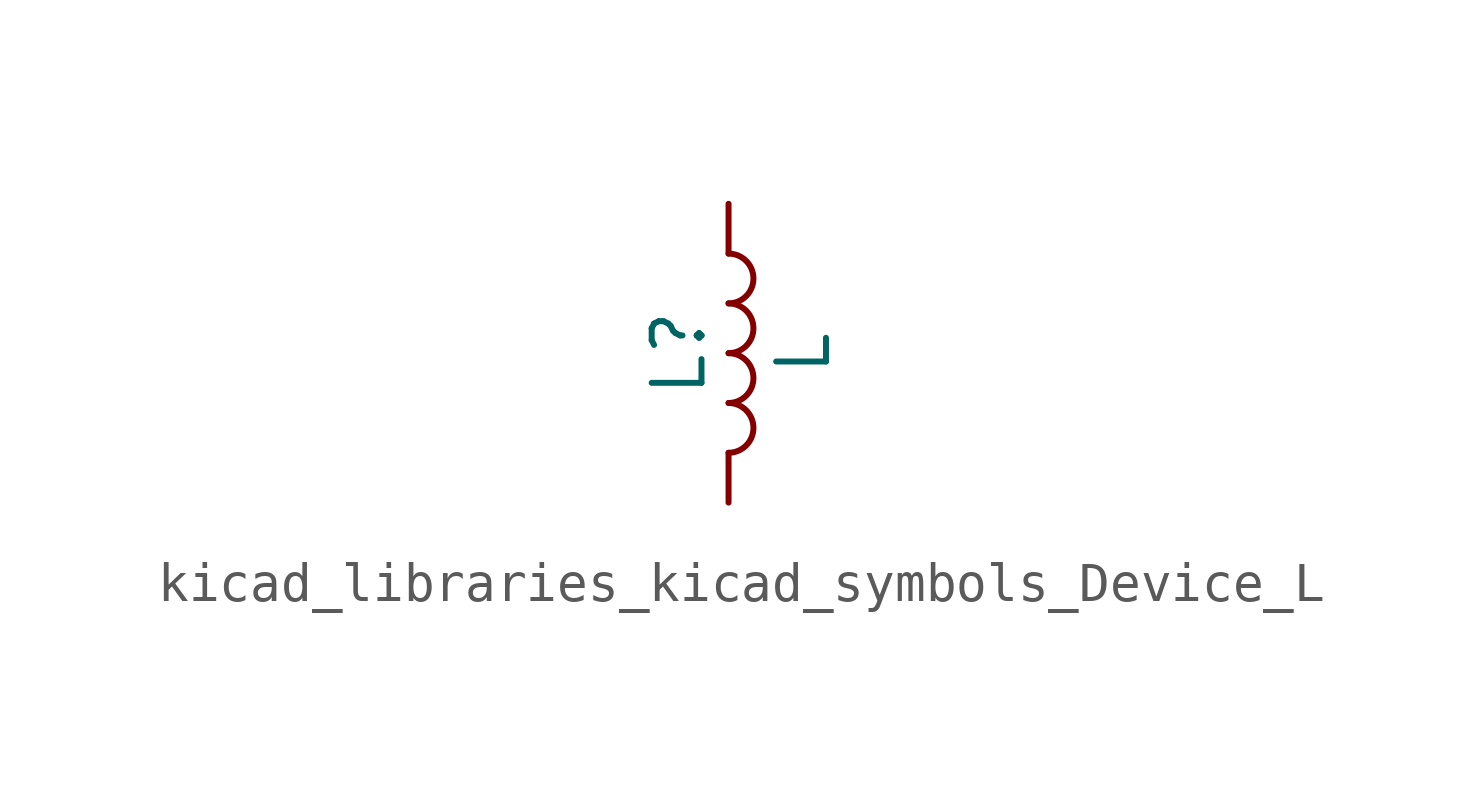
<source format=kicad_sym>
(kicad_symbol_lib
  (version 20220914)
  (generator kicad_symbol_editor)
  (symbol "kicad_libraries_kicad_symbols_Device_L"
    (pin_numbers hide)
    (pin_names
      (offset 1.016) hide)
    (property "Reference" "L"
      (at -1.27 0 90)
      (effects (font (size 1.27 1.27))))
    (property "Value" "L"
      (at 1.905 0 90)
      (effects (font (size 1.27 1.27))))
    (symbol "kicad_libraries_kicad_symbols_Device_L_0_1"
      (arc (start 0 -2.54) (mid 0.6323 -1.905) (end 0 -1.27) (stroke (width 0) (type default)) (fill (type none)))
      (arc (start 0 -1.27) (mid 0.6323 -0.635) (end 0 0) (stroke (width 0) (type default)) (fill (type none)))
      (arc (start 0 0) (mid 0.6323 0.635) (end 0 1.27) (stroke (width 0) (type default)) (fill (type none)))
      (arc (start 0 1.27) (mid 0.6323 1.905) (end 0 2.54) (stroke (width 0) (type default)) (fill (type none))))
    (symbol "kicad_libraries_kicad_symbols_Device_L_1_1"
      (pin passive line (at 0 3.81 270) (length 1.27) (name "1" (effects (font (size 1.27 1.27)))) (number "1" (effects (font (size 1.27 1.27)))))
      (pin passive line (at 0 -3.81 90) (length 1.27) (name "2" (effects (font (size 1.27 1.27)))) (number "2" (effects (font (size 1.27 1.27))))))))
</source>
